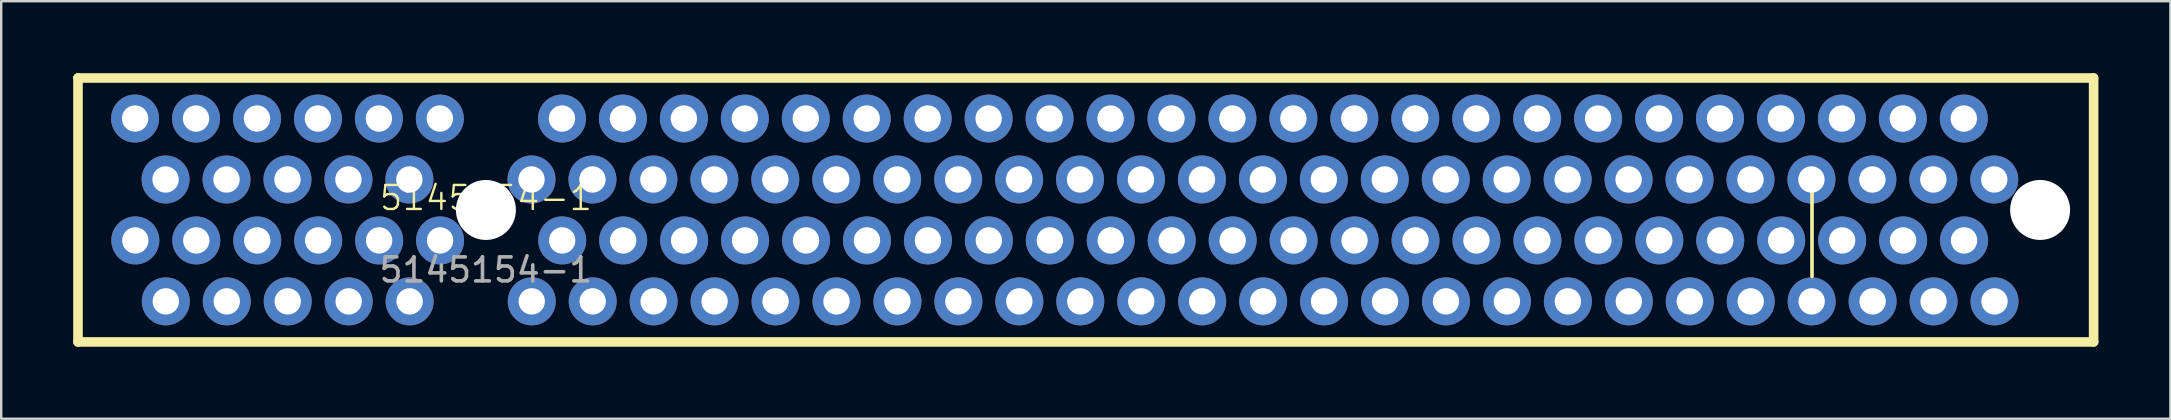
<source format=kicad_pcb>
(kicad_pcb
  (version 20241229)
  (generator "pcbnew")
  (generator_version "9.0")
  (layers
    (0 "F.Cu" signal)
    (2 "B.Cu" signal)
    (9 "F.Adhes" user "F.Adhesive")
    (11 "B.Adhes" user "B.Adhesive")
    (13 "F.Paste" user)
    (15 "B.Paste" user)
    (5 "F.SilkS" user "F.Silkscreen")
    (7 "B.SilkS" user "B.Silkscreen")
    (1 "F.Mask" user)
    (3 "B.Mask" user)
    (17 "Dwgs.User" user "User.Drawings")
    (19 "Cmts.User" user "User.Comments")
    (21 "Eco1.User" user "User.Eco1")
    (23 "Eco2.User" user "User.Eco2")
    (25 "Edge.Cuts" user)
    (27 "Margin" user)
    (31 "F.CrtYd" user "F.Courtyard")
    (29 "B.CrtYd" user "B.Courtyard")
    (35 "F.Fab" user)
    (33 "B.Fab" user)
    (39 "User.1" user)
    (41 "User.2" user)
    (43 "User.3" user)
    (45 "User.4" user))
  (footprint "5145154-1"
    (layer "F.Cu")
    (at 17.2 5.7)
    (property "Reference" "5145154-1" (at 0 -0.5 0) (unlocked yes) (layer "F.SilkS") (effects (font (size 1 1) (thickness 0.1))))
    (attr smd)
    (fp_line (start -17 -5.5) (end -17 5.5) (stroke (width 0.4) (type default)) (layer "F.SilkS"))
    (fp_line (start -17 5.5) (end 67 5.5) (stroke (width 0.4) (type default)) (layer "F.SilkS"))
    (fp_line (start 55.264 -0.931) (end 55.264 2.769) (stroke (width 0.152) (type default)) (layer "F.SilkS"))
    (fp_line (start 67 -5.5) (end -17 -5.5) (stroke (width 0.4) (type default)) (layer "F.SilkS"))
    (fp_line (start 67 5.5) (end 67 -5.5) (stroke (width 0.4) (type default)) (layer "F.SilkS"))
    (fp_text user "${REFERENCE}" (at 0 2.5 0) (unlocked yes) (layer "F.Fab") (effects (font (size 1 1) (thickness 0.15))))
    (pad "" np_thru_hole circle (at 0 0) (size 2.5 2.5) (drill 2.5) (layers "*.Cu" "*.Mask"))
    (pad "" np_thru_hole circle (at 64.77 0) (size 2.5 2.5) (drill 2.5) (layers "*.Cu" "*.Mask"))
    (pad "1" thru_hole circle (at 62.87 3.81) (size 2 2) (drill 1.1) (layers "*.Cu" "*.Mask"))
    (pad "2" thru_hole circle (at 61.6 1.27) (size 2 2) (drill 1.1) (layers "*.Cu" "*.Mask"))
    (pad "3" thru_hole circle (at 60.33 3.81) (size 2 2) (drill 1.1) (layers "*.Cu" "*.Mask"))
    (pad "4" thru_hole circle (at 59.06 1.27) (size 2 2) (drill 1.1) (layers "*.Cu" "*.Mask"))
    (pad "5" thru_hole circle (at 57.79 3.81) (size 2 2) (drill 1.1) (layers "*.Cu" "*.Mask"))
    (pad "6" thru_hole circle (at 56.52 1.27) (size 2 2) (drill 1.1) (layers "*.Cu" "*.Mask"))
    (pad "7" thru_hole circle (at 55.25 3.81) (size 2 2) (drill 1.1) (layers "*.Cu" "*.Mask"))
    (pad "8" thru_hole circle (at 53.98 1.27) (size 2 2) (drill 1.1) (layers "*.Cu" "*.Mask"))
    (pad "9" thru_hole circle (at 52.71 3.81) (size 2 2) (drill 1.1) (layers "*.Cu" "*.Mask"))
    (pad "10" thru_hole circle (at 51.44 1.27) (size 2 2) (drill 1.1) (layers "*.Cu" "*.Mask"))
    (pad "11" thru_hole circle (at 50.17 3.81) (size 2 2) (drill 1.1) (layers "*.Cu" "*.Mask"))
    (pad "12" thru_hole circle (at 48.9 1.27) (size 2 2) (drill 1.1) (layers "*.Cu" "*.Mask"))
    (pad "13" thru_hole circle (at 47.63 3.81) (size 2 2) (drill 1.1) (layers "*.Cu" "*.Mask"))
    (pad "14" thru_hole circle (at 46.36 1.27) (size 2 2) (drill 1.1) (layers "*.Cu" "*.Mask"))
    (pad "15" thru_hole circle (at 45.09 3.81) (size 2 2) (drill 1.1) (layers "*.Cu" "*.Mask"))
    (pad "16" thru_hole circle (at 43.82 1.27) (size 2 2) (drill 1.1) (layers "*.Cu" "*.Mask"))
    (pad "17" thru_hole circle (at 42.55 3.81) (size 2 2) (drill 1.1) (layers "*.Cu" "*.Mask"))
    (pad "18" thru_hole circle (at 41.28 1.27) (size 2 2) (drill 1.1) (layers "*.Cu" "*.Mask"))
    (pad "19" thru_hole circle (at 40.01 3.81) (size 2 2) (drill 1.1) (layers "*.Cu" "*.Mask"))
    (pad "20" thru_hole circle (at 38.74 1.27) (size 2 2) (drill 1.1) (layers "*.Cu" "*.Mask"))
    (pad "21" thru_hole circle (at 37.47 3.81) (size 2 2) (drill 1.1) (layers "*.Cu" "*.Mask"))
    (pad "22" thru_hole circle (at 36.2 1.27) (size 2 2) (drill 1.1) (layers "*.Cu" "*.Mask"))
    (pad "23" thru_hole circle (at 34.93 3.81) (size 2 2) (drill 1.1) (layers "*.Cu" "*.Mask"))
    (pad "24" thru_hole circle (at 33.66 1.27) (size 2 2) (drill 1.1) (layers "*.Cu" "*.Mask"))
    (pad "25" thru_hole circle (at 32.39 3.81) (size 2 2) (drill 1.1) (layers "*.Cu" "*.Mask"))
    (pad "26" thru_hole circle (at 31.12 1.27) (size 2 2) (drill 1.1) (layers "*.Cu" "*.Mask"))
    (pad "27" thru_hole circle (at 29.85 3.81) (size 2 2) (drill 1.1) (layers "*.Cu" "*.Mask"))
    (pad "28" thru_hole circle (at 28.58 1.27) (size 2 2) (drill 1.1) (layers "*.Cu" "*.Mask"))
    (pad "29" thru_hole circle (at 27.31 3.81) (size 2 2) (drill 1.1) (layers "*.Cu" "*.Mask"))
    (pad "30" thru_hole circle (at 26.04 1.27) (size 2 2) (drill 1.1) (layers "*.Cu" "*.Mask"))
    (pad "31" thru_hole circle (at 24.77 3.81) (size 2 2) (drill 1.1) (layers "*.Cu" "*.Mask"))
    (pad "32" thru_hole circle (at 23.5 1.27) (size 2 2) (drill 1.1) (layers "*.Cu" "*.Mask"))
    (pad "33" thru_hole circle (at 22.23 3.81) (size 2 2) (drill 1.1) (layers "*.Cu" "*.Mask"))
    (pad "34" thru_hole circle (at 20.96 1.27) (size 2 2) (drill 1.1) (layers "*.Cu" "*.Mask"))
    (pad "35" thru_hole circle (at 19.69 3.81) (size 2 2) (drill 1.1) (layers "*.Cu" "*.Mask"))
    (pad "36" thru_hole circle (at 18.42 1.27) (size 2 2) (drill 1.1) (layers "*.Cu" "*.Mask"))
    (pad "37" thru_hole circle (at 17.15 3.81) (size 2 2) (drill 1.1) (layers "*.Cu" "*.Mask"))
    (pad "38" thru_hole circle (at 15.88 1.27) (size 2 2) (drill 1.1) (layers "*.Cu" "*.Mask"))
    (pad "39" thru_hole circle (at 14.61 3.81) (size 2 2) (drill 1.1) (layers "*.Cu" "*.Mask"))
    (pad "40" thru_hole circle (at 13.34 1.27) (size 2 2) (drill 1.1) (layers "*.Cu" "*.Mask"))
    (pad "41" thru_hole circle (at 12.07 3.81) (size 2 2) (drill 1.1) (layers "*.Cu" "*.Mask"))
    (pad "42" thru_hole circle (at 10.8 1.27) (size 2 2) (drill 1.1) (layers "*.Cu" "*.Mask"))
    (pad "43" thru_hole circle (at 9.53 3.81) (size 2 2) (drill 1.1) (layers "*.Cu" "*.Mask"))
    (pad "44" thru_hole circle (at 8.26 1.27) (size 2 2) (drill 1.1) (layers "*.Cu" "*.Mask"))
    (pad "45" thru_hole circle (at 6.99 3.81) (size 2 2) (drill 1.1) (layers "*.Cu" "*.Mask"))
    (pad "46" thru_hole circle (at 5.72 1.27) (size 2 2) (drill 1.1) (layers "*.Cu" "*.Mask"))
    (pad "47" thru_hole circle (at 4.45 3.81) (size 2 2) (drill 1.1) (layers "*.Cu" "*.Mask"))
    (pad "48" thru_hole circle (at 3.18 1.27) (size 2 2) (drill 1.1) (layers "*.Cu" "*.Mask"))
    (pad "49" thru_hole circle (at 1.91 3.81) (size 2 2) (drill 1.1) (layers "*.Cu" "*.Mask"))
    (pad "50" thru_hole circle (at -1.91 1.27) (size 2 2) (drill 1.1) (layers "*.Cu" "*.Mask"))
    (pad "51" thru_hole circle (at -3.18 3.81) (size 2 2) (drill 1.1) (layers "*.Cu" "*.Mask"))
    (pad "52" thru_hole circle (at -4.45 1.27) (size 2 2) (drill 1.1) (layers "*.Cu" "*.Mask"))
    (pad "53" thru_hole circle (at -5.72 3.81) (size 2 2) (drill 1.1) (layers "*.Cu" "*.Mask"))
    (pad "54" thru_hole circle (at -6.99 1.27) (size 2 2) (drill 1.1) (layers "*.Cu" "*.Mask"))
    (pad "55" thru_hole circle (at -8.26 3.81) (size 2 2) (drill 1.1) (layers "*.Cu" "*.Mask"))
    (pad "56" thru_hole circle (at -9.53 1.27) (size 2 2) (drill 1.1) (layers "*.Cu" "*.Mask"))
    (pad "57" thru_hole circle (at -10.8 3.81) (size 2 2) (drill 1.1) (layers "*.Cu" "*.Mask"))
    (pad "58" thru_hole circle (at -12.07 1.27) (size 2 2) (drill 1.1) (layers "*.Cu" "*.Mask"))
    (pad "59" thru_hole circle (at -13.34 3.81) (size 2 2) (drill 1.1) (layers "*.Cu" "*.Mask"))
    (pad "60" thru_hole circle (at -14.61 1.27) (size 2 2) (drill 1.1) (layers "*.Cu" "*.Mask"))
    (pad "61" thru_hole circle (at 62.86 -1.27) (size 2 2) (drill 1.1) (layers "*.Cu" "*.Mask"))
    (pad "62" thru_hole circle (at 61.59 -3.81) (size 2 2) (drill 1.1) (layers "*.Cu" "*.Mask"))
    (pad "63" thru_hole circle (at 60.32 -1.27) (size 2 2) (drill 1.1) (layers "*.Cu" "*.Mask"))
    (pad "64" thru_hole circle (at 59.05 -3.81) (size 2 2) (drill 1.1) (layers "*.Cu" "*.Mask"))
    (pad "65" thru_hole circle (at 57.78 -1.27) (size 2 2) (drill 1.1) (layers "*.Cu" "*.Mask"))
    (pad "66" thru_hole circle (at 56.51 -3.81) (size 2 2) (drill 1.1) (layers "*.Cu" "*.Mask"))
    (pad "67" thru_hole circle (at 55.24 -1.27) (size 2 2) (drill 1.1) (layers "*.Cu" "*.Mask"))
    (pad "68" thru_hole circle (at 53.97 -3.81) (size 2 2) (drill 1.1) (layers "*.Cu" "*.Mask"))
    (pad "69" thru_hole circle (at 52.7 -1.27) (size 2 2) (drill 1.1) (layers "*.Cu" "*.Mask"))
    (pad "70" thru_hole circle (at 51.43 -3.81) (size 2 2) (drill 1.1) (layers "*.Cu" "*.Mask"))
    (pad "71" thru_hole circle (at 50.16 -1.27) (size 2 2) (drill 1.1) (layers "*.Cu" "*.Mask"))
    (pad "72" thru_hole circle (at 48.89 -3.81) (size 2 2) (drill 1.1) (layers "*.Cu" "*.Mask"))
    (pad "73" thru_hole circle (at 47.62 -1.27) (size 2 2) (drill 1.1) (layers "*.Cu" "*.Mask"))
    (pad "74" thru_hole circle (at 46.35 -3.81) (size 2 2) (drill 1.1) (layers "*.Cu" "*.Mask"))
    (pad "75" thru_hole circle (at 45.08 -1.27) (size 2 2) (drill 1.1) (layers "*.Cu" "*.Mask"))
    (pad "76" thru_hole circle (at 43.81 -3.81) (size 2 2) (drill 1.1) (layers "*.Cu" "*.Mask"))
    (pad "77" thru_hole circle (at 42.54 -1.27) (size 2 2) (drill 1.1) (layers "*.Cu" "*.Mask"))
    (pad "78" thru_hole circle (at 41.27 -3.81) (size 2 2) (drill 1.1) (layers "*.Cu" "*.Mask"))
    (pad "79" thru_hole circle (at 40 -1.27) (size 2 2) (drill 1.1) (layers "*.Cu" "*.Mask"))
    (pad "80" thru_hole circle (at 38.73 -3.81) (size 2 2) (drill 1.1) (layers "*.Cu" "*.Mask"))
    (pad "81" thru_hole circle (at 37.46 -1.27) (size 2 2) (drill 1.1) (layers "*.Cu" "*.Mask"))
    (pad "82" thru_hole circle (at 36.19 -3.81) (size 2 2) (drill 1.1) (layers "*.Cu" "*.Mask"))
    (pad "83" thru_hole circle (at 34.92 -1.27) (size 2 2) (drill 1.1) (layers "*.Cu" "*.Mask"))
    (pad "84" thru_hole circle (at 33.65 -3.81) (size 2 2) (drill 1.1) (layers "*.Cu" "*.Mask"))
    (pad "85" thru_hole circle (at 32.38 -1.27) (size 2 2) (drill 1.1) (layers "*.Cu" "*.Mask"))
    (pad "86" thru_hole circle (at 31.11 -3.81) (size 2 2) (drill 1.1) (layers "*.Cu" "*.Mask"))
    (pad "87" thru_hole circle (at 29.84 -1.27) (size 2 2) (drill 1.1) (layers "*.Cu" "*.Mask"))
    (pad "88" thru_hole circle (at 28.57 -3.81) (size 2 2) (drill 1.1) (layers "*.Cu" "*.Mask"))
    (pad "89" thru_hole circle (at 27.3 -1.27) (size 2 2) (drill 1.1) (layers "*.Cu" "*.Mask"))
    (pad "90" thru_hole circle (at 26.03 -3.81) (size 2 2) (drill 1.1) (layers "*.Cu" "*.Mask"))
    (pad "91" thru_hole circle (at 24.76 -1.27) (size 2 2) (drill 1.1) (layers "*.Cu" "*.Mask"))
    (pad "92" thru_hole circle (at 23.49 -3.81) (size 2 2) (drill 1.1) (layers "*.Cu" "*.Mask"))
    (pad "93" thru_hole circle (at 22.22 -1.27) (size 2 2) (drill 1.1) (layers "*.Cu" "*.Mask"))
    (pad "94" thru_hole circle (at 20.95 -3.81) (size 2 2) (drill 1.1) (layers "*.Cu" "*.Mask"))
    (pad "95" thru_hole circle (at 19.68 -1.27) (size 2 2) (drill 1.1) (layers "*.Cu" "*.Mask"))
    (pad "96" thru_hole circle (at 18.41 -3.81) (size 2 2) (drill 1.1) (layers "*.Cu" "*.Mask"))
    (pad "97" thru_hole circle (at 17.14 -1.27) (size 2 2) (drill 1.1) (layers "*.Cu" "*.Mask"))
    (pad "98" thru_hole circle (at 15.87 -3.81) (size 2 2) (drill 1.1) (layers "*.Cu" "*.Mask"))
    (pad "99" thru_hole circle (at 14.6 -1.27) (size 2 2) (drill 1.1) (layers "*.Cu" "*.Mask"))
    (pad "100" thru_hole circle (at 13.33 -3.81) (size 2 2) (drill 1.1) (layers "*.Cu" "*.Mask"))
    (pad "101" thru_hole circle (at 12.06 -1.27) (size 2 2) (drill 1.1) (layers "*.Cu" "*.Mask"))
    (pad "102" thru_hole circle (at 10.79 -3.81) (size 2 2) (drill 1.1) (layers "*.Cu" "*.Mask"))
    (pad "103" thru_hole circle (at 9.52 -1.27) (size 2 2) (drill 1.1) (layers "*.Cu" "*.Mask"))
    (pad "104" thru_hole circle (at 8.25 -3.81) (size 2 2) (drill 1.1) (layers "*.Cu" "*.Mask"))
    (pad "105" thru_hole circle (at 6.98 -1.27) (size 2 2) (drill 1.1) (layers "*.Cu" "*.Mask"))
    (pad "106" thru_hole circle (at 5.71 -3.81) (size 2 2) (drill 1.1) (layers "*.Cu" "*.Mask"))
    (pad "107" thru_hole circle (at 4.44 -1.27) (size 2 2) (drill 1.1) (layers "*.Cu" "*.Mask"))
    (pad "108" thru_hole circle (at 3.17 -3.81) (size 2 2) (drill 1.1) (layers "*.Cu" "*.Mask"))
    (pad "109" thru_hole circle (at 1.9 -1.27) (size 2 2) (drill 1.1) (layers "*.Cu" "*.Mask"))
    (pad "110" thru_hole circle (at -1.92 -3.81) (size 2 2) (drill 1.1) (layers "*.Cu" "*.Mask"))
    (pad "111" thru_hole circle (at -3.19 -1.27) (size 2 2) (drill 1.1) (layers "*.Cu" "*.Mask"))
    (pad "112" thru_hole circle (at -4.46 -3.81) (size 2 2) (drill 1.1) (layers "*.Cu" "*.Mask"))
    (pad "113" thru_hole circle (at -5.73 -1.27) (size 2 2) (drill 1.1) (layers "*.Cu" "*.Mask"))
    (pad "114" thru_hole circle (at -7 -3.81) (size 2 2) (drill 1.1) (layers "*.Cu" "*.Mask"))
    (pad "115" thru_hole circle (at -8.27 -1.27) (size 2 2) (drill 1.1) (layers "*.Cu" "*.Mask"))
    (pad "116" thru_hole circle (at -9.54 -3.81) (size 2 2) (drill 1.1) (layers "*.Cu" "*.Mask"))
    (pad "117" thru_hole circle (at -10.81 -1.27) (size 2 2) (drill 1.1) (layers "*.Cu" "*.Mask"))
    (pad "118" thru_hole circle (at -12.08 -3.81) (size 2 2) (drill 1.1) (layers "*.Cu" "*.Mask"))
    (pad "119" thru_hole circle (at -13.35 -1.27) (size 2 2) (drill 1.1) (layers "*.Cu" "*.Mask"))
    (pad "120" thru_hole circle (at -14.62 -3.81) (size 2 2) (drill 1.1) (layers "*.Cu" "*.Mask")))
  (gr_rect
    (start -3 -3)
    (end 87.4 14.4)
    (stroke (width 0.1) (type default))
    (fill no)
    (layer "Edge.Cuts")))
</source>
